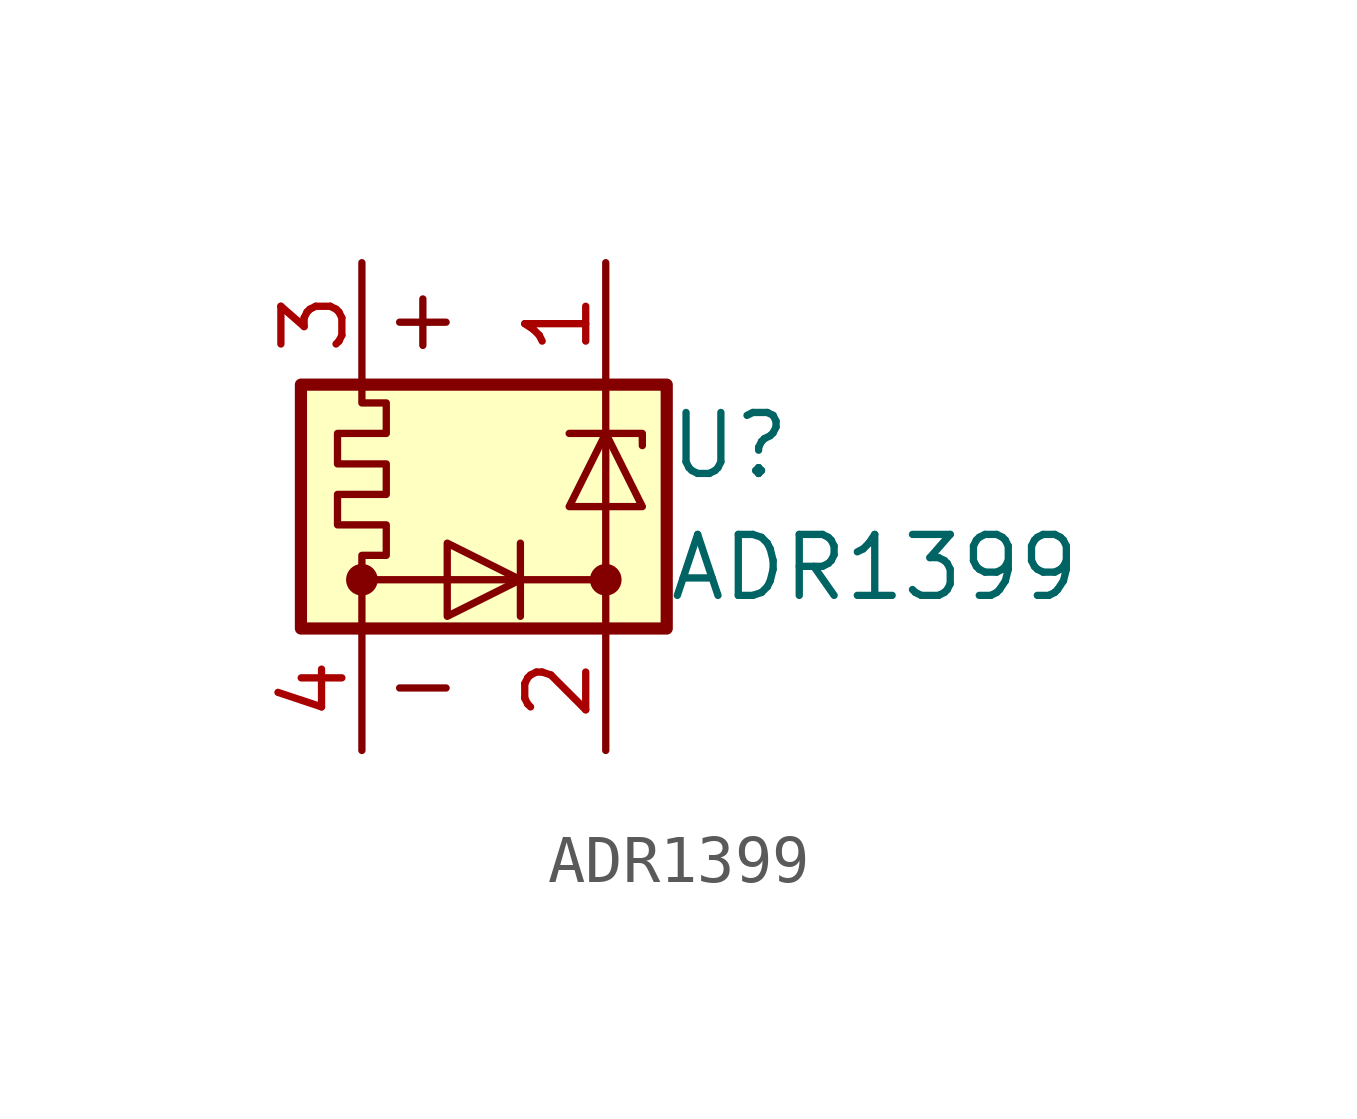
<source format=kicad_sym>
(kicad_symbol_lib
  (version 20211014)
  (generator kicad_symbol_editor)
  (symbol "ADR1399"
    (pin_names
      (offset 1.016) hide)
    (property "Reference" "U"
      (at 3.81 1.27 0)
      (effects (font (size 1.27 1.27)) (justify left)))
    (property "Value" "ADR1399"
      (at 3.81 -1.27 0)
      (effects (font (size 1.27 1.27)) (justify left)))
    (symbol "ADR1399_0_0"
      (text "+" (at -1.27 3.937 0) (effects (font (size 1.27 1.27)))))
    (symbol "ADR1399_0_1"
      (rectangle (start -3.81 2.54) (end 3.81 -2.54) (stroke (width 0.254) (type default) (color 0 0 0 0)) (fill (type background)))
      (circle (center -2.54 -1.524) (radius 0.254) (stroke (width 0) (type default) (color 0 0 0 0)) (fill (type outline)))
      (polyline (pts (xy -2.54 -2.54) (xy -2.54 -1.016) (xy -2.032 -1.016) (xy -2.032 -0.381) (xy -3.048 -0.381) (xy -3.048 0.254) (xy -2.032 0.254) (xy -2.032 0.889) (xy -3.048 0.889) (xy -3.048 1.524) (xy -2.032 1.524) (xy -2.032 2.159) (xy -2.54 2.159) (xy -2.54 2.54)) (stroke (width 0) (type default) (color 0 0 0 0)) (fill (type none)))
      (circle (center 2.54 -1.524) (radius 0.254) (stroke (width 0) (type default) (color 0 0 0 0)) (fill (type outline))))
    (symbol "ADR1399_1_1"
      (polyline (pts (xy 2.54 -1.524) (xy -2.54 -1.524)) (stroke (width 0) (type default) (color 0 0 0 0)) (fill (type none)))
      (polyline (pts (xy 2.54 2.54) (xy 2.54 -2.54)) (stroke (width 0) (type default) (color 0 0 0 0)) (fill (type none)))
      (polyline (pts (xy 0.762 -0.762) (xy 0.762 -1.524) (xy 0.762 -2.286)) (stroke (width 0) (type default) (color 0 0 0 0)) (fill (type none)))
      (polyline (pts (xy 1.778 1.524) (xy 3.302 1.524) (xy 3.302 1.27)) (stroke (width 0) (type default) (color 0 0 0 0)) (fill (type none)))
      (polyline (pts (xy -0.762 -0.762) (xy -0.762 -2.286) (xy 0.762 -1.524) (xy -0.762 -0.762)) (stroke (width 0) (type default) (color 0 0 0 0)) (fill (type none)))
      (polyline (pts (xy 1.778 0) (xy 3.302 0) (xy 2.54 1.524) (xy 1.778 0)) (stroke (width 0) (type default) (color 0 0 0 0)) (fill (type none)))
      (text "-" (at -1.27 -3.683 0) (effects (font (size 1.27 1.27))))
      (pin passive line (at 2.54 5.08 270) (length 2.54) (name "~" (effects (font (size 1.27 1.27)))) (number "1" (effects (font (size 1.27 1.27)))))
      (pin passive line (at 2.54 -5.08 90) (length 2.54) (name "~" (effects (font (size 1.27 1.27)))) (number "2" (effects (font (size 1.27 1.27)))))
      (pin power_in line (at -2.54 5.08 270) (length 2.54) (name "~" (effects (font (size 1.27 1.27)))) (number "3" (effects (font (size 1.27 1.27)))))
      (pin power_in line (at -2.54 -5.08 90) (length 2.54) (name "~" (effects (font (size 1.27 1.27)))) (number "4" (effects (font (size 1.27 1.27))))))))
</source>
